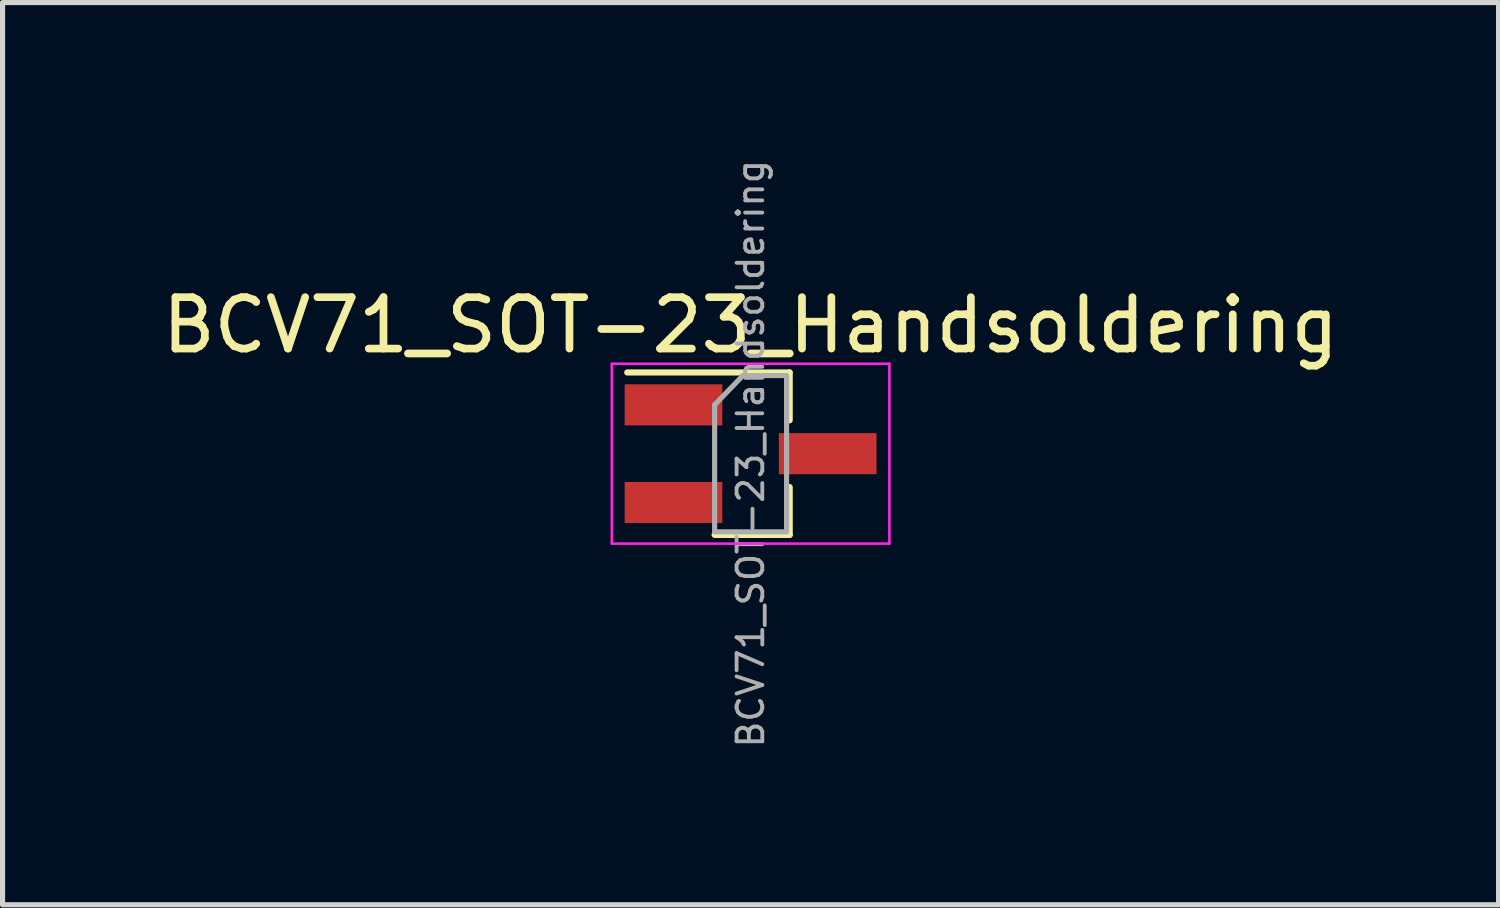
<source format=kicad_pcb>
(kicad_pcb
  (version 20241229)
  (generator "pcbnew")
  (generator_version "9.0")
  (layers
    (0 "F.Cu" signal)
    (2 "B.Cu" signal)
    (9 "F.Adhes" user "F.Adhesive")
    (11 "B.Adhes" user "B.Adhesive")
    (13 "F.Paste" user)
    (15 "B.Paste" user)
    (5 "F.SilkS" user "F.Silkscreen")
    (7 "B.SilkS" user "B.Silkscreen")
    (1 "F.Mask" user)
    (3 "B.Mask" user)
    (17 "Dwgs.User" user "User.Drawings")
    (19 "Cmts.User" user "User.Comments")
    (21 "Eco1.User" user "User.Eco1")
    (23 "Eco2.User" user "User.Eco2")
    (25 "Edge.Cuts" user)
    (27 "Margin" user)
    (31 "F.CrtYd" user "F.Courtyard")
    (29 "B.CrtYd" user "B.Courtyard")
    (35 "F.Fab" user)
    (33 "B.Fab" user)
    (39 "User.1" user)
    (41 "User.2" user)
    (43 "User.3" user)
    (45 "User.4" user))
  (footprint "BCV71_SOT-23_Handsoldering"
    (layer "F.Cu")
    (at 11.554 5.777)
    (property "Reference" "BCV71_SOT-23_Handsoldering" (at 0 -2.5 0) (layer "F.SilkS") (effects (font (size 1 1) (thickness 0.15))))
    (attr smd)
    (fp_line (start 0.76 -1.58) (end -2.4 -1.58) (stroke (width 0.12) (type solid)) (layer "F.SilkS"))
    (fp_line (start 0.76 -1.58) (end 0.76 -0.65) (stroke (width 0.12) (type solid)) (layer "F.SilkS"))
    (fp_line (start 0.76 1.58) (end -0.7 1.58) (stroke (width 0.12) (type solid)) (layer "F.SilkS"))
    (fp_line (start 0.76 1.58) (end 0.76 0.65) (stroke (width 0.12) (type solid)) (layer "F.SilkS"))
    (fp_line (start -2.7 -1.75) (end 2.7 -1.75) (stroke (width 0.05) (type solid)) (layer "F.CrtYd"))
    (fp_line (start -2.7 1.75) (end -2.7 -1.75) (stroke (width 0.05) (type solid)) (layer "F.CrtYd"))
    (fp_line (start 2.7 -1.75) (end 2.7 1.75) (stroke (width 0.05) (type solid)) (layer "F.CrtYd"))
    (fp_line (start 2.7 1.75) (end -2.7 1.75) (stroke (width 0.05) (type solid)) (layer "F.CrtYd"))
    (fp_line (start -0.7 -0.95) (end -0.7 1.5) (stroke (width 0.1) (type solid)) (layer "F.Fab"))
    (fp_line (start -0.7 -0.95) (end -0.15 -1.52) (stroke (width 0.1) (type solid)) (layer "F.Fab"))
    (fp_line (start -0.7 1.52) (end 0.7 1.52) (stroke (width 0.1) (type solid)) (layer "F.Fab"))
    (fp_line (start -0.15 -1.52) (end 0.7 -1.52) (stroke (width 0.1) (type solid)) (layer "F.Fab"))
    (fp_line (start 0.7 -1.52) (end 0.7 1.52) (stroke (width 0.1) (type solid)) (layer "F.Fab"))
    (fp_text user "${REFERENCE}" (at 0 0 90) (layer "F.Fab") (effects (font (size 0.5 0.5) (thickness 0.075))))
    (pad "1" smd rect (at 1.5 0) (size 1.9 0.8) (layers "F.Cu" "F.Mask" "F.Paste"))
    (pad "2" smd rect (at -1.5 -0.95) (size 1.9 0.8) (layers "F.Cu" "F.Mask" "F.Paste"))
    (pad "3" smd rect (at -1.5 0.95) (size 1.9 0.8) (layers "F.Cu" "F.Mask" "F.Paste")))
  (gr_rect
    (start -3 -3)
    (end 26.107 14.554)
    (stroke (width 0.1) (type default))
    (fill no)
    (layer "Edge.Cuts")))
</source>
